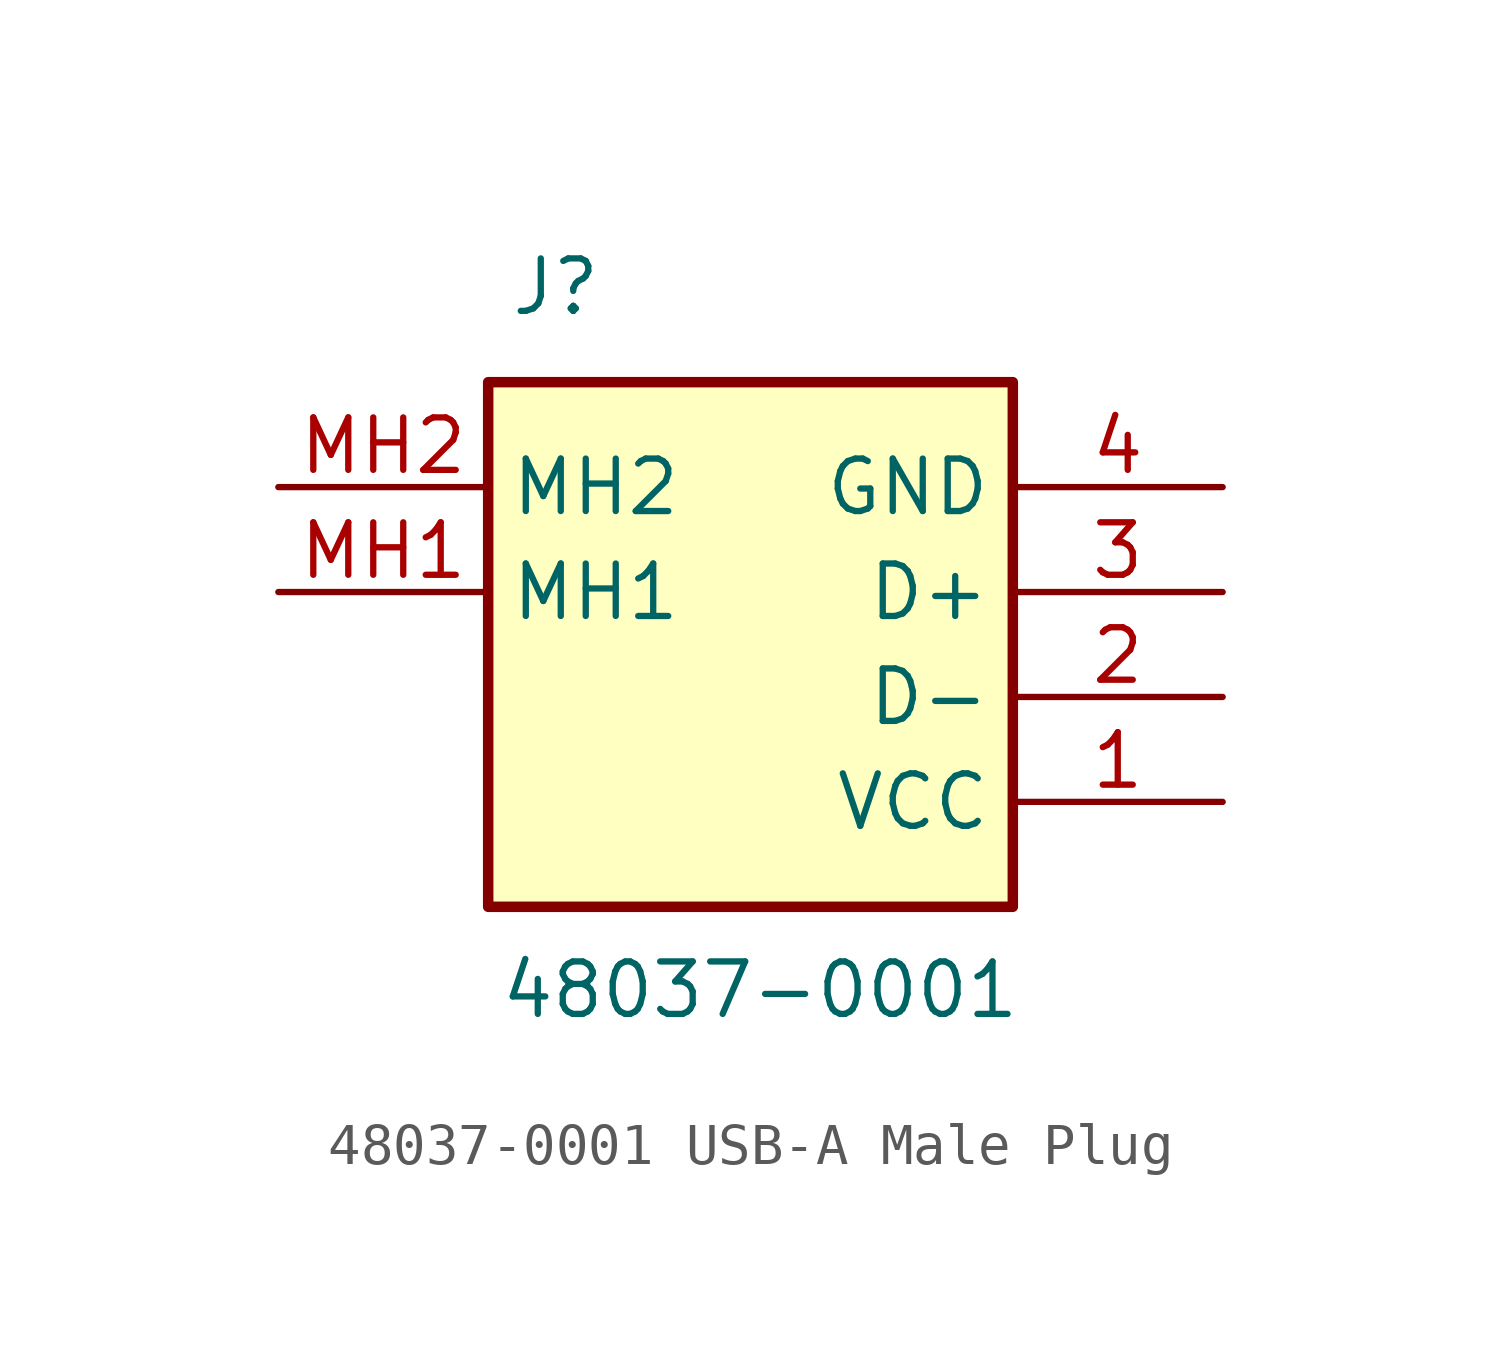
<source format=kicad_sym>
(kicad_symbol_lib
  (version 20241209)
  (generator "kicad_symbol_editor")
  (generator_version "9.0")
  (symbol "48037-0001 USB-A Male Plug"
    (property "Reference" "J"
      (at 5.588 5.588 0)
      (effects (font (size 1.27 1.27)) (justify left top)))
    (property "Value" "48037-0001"
      (at 5.334 -11.43 0)
      (effects (font (size 1.27 1.27)) (justify left top)))
    (symbol "48037-0001 USB-A Male Plug_1_1"
      (rectangle (start 5.08 2.54) (end 17.78 -10.16) (stroke (width 0.254) (type default)) (fill (type background)))
      (pin passive line (at 0 0 0) (length 5.08) (name "MH2" (effects (font (size 1.27 1.27)))) (number "MH2" (effects (font (size 1.27 1.27)))))
      (pin passive line (at 0 -2.54 0) (length 5.08) (name "MH1" (effects (font (size 1.27 1.27)))) (number "MH1" (effects (font (size 1.27 1.27)))))
      (pin passive line (at 22.86 0 180) (length 5.08) (name "GND" (effects (font (size 1.27 1.27)))) (number "4" (effects (font (size 1.27 1.27)))))
      (pin passive line (at 22.86 -2.54 180) (length 5.08) (name "D+" (effects (font (size 1.27 1.27)))) (number "3" (effects (font (size 1.27 1.27)))))
      (pin passive line (at 22.86 -5.08 180) (length 5.08) (name "D-" (effects (font (size 1.27 1.27)))) (number "2" (effects (font (size 1.27 1.27)))))
      (pin passive line (at 22.86 -7.62 180) (length 5.08) (name "VCC" (effects (font (size 1.27 1.27)))) (number "1" (effects (font (size 1.27 1.27))))))))
</source>
